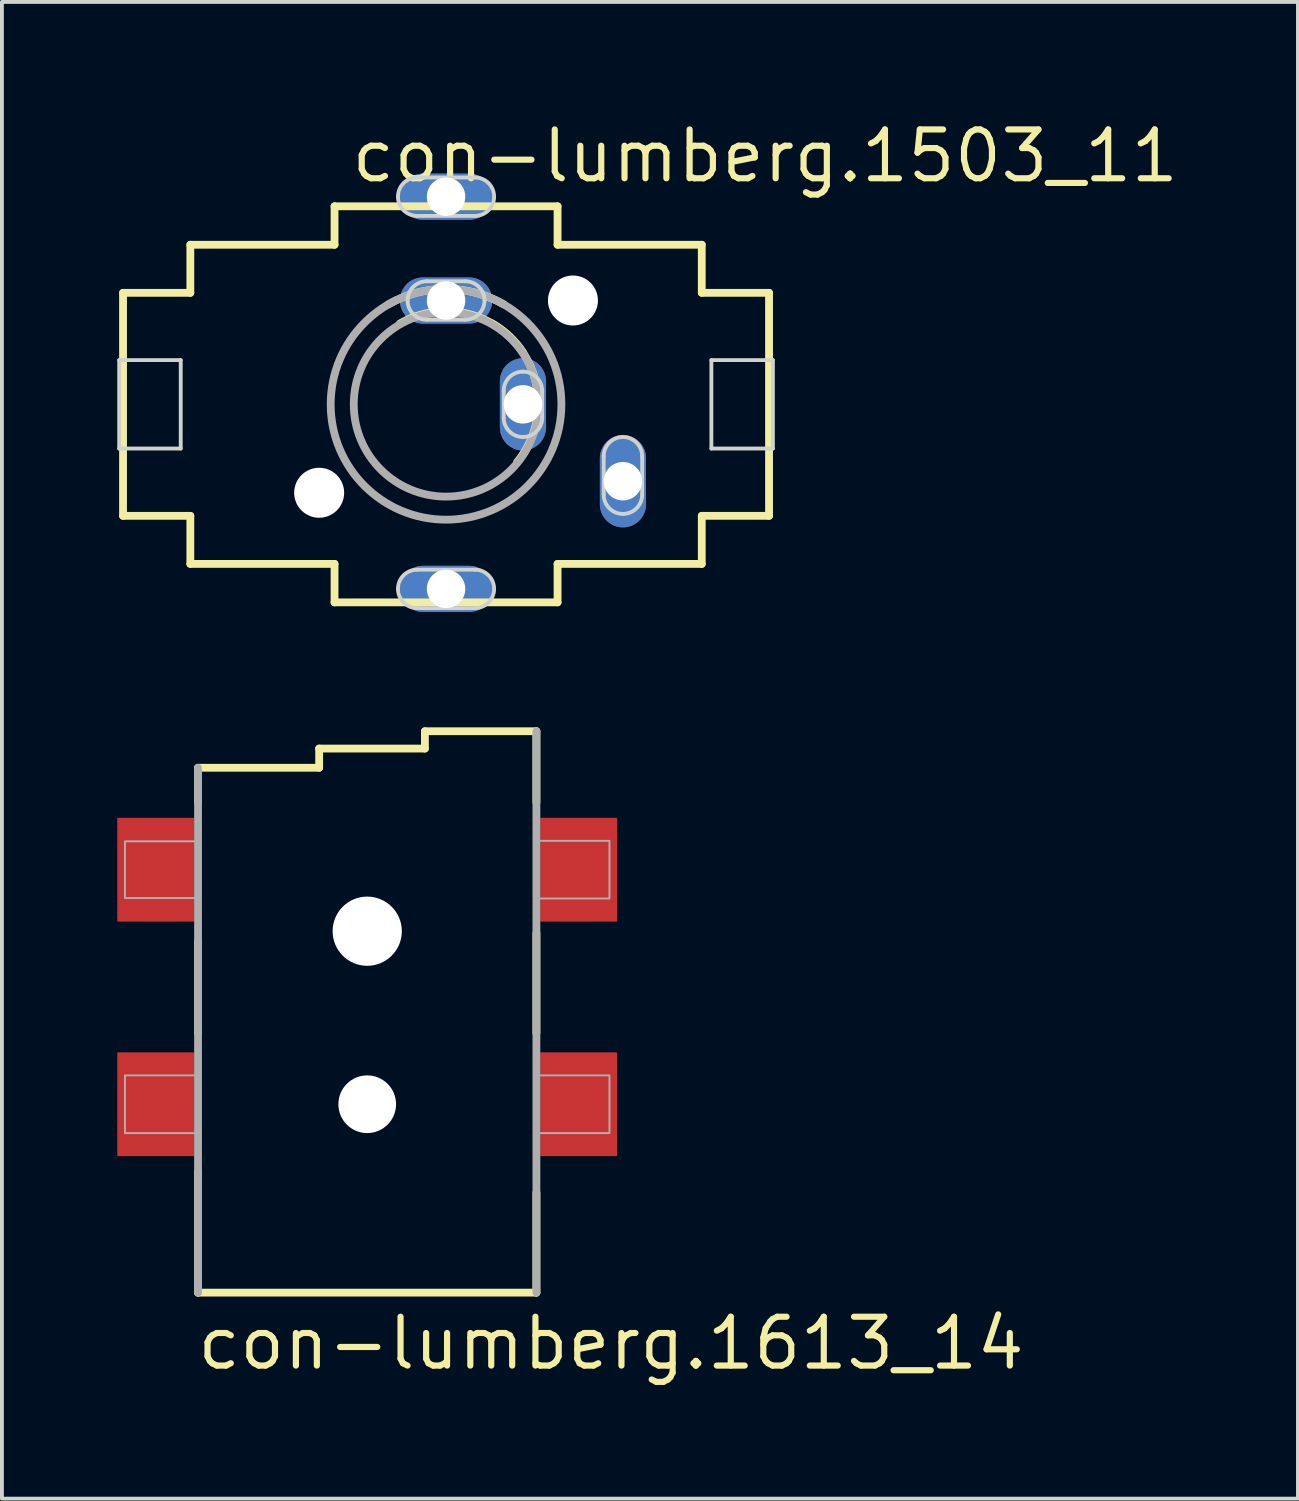
<source format=kicad_pcb>
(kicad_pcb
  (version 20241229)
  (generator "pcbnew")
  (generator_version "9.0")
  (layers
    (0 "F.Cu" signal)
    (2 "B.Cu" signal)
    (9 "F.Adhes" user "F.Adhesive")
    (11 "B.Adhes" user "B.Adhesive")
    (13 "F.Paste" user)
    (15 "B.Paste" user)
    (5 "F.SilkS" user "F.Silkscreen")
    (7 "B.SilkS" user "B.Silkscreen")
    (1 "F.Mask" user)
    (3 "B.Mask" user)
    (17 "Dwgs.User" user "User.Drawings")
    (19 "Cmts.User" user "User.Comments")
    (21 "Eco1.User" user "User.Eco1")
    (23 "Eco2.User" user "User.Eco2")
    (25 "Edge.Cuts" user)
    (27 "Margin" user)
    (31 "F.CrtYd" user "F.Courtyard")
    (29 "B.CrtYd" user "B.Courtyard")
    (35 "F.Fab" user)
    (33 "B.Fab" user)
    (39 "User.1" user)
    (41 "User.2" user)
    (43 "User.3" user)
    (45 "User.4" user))
  (footprint "con-lumberg.1613_14"
    (layer "F.Cu")
    (at 6.5 30.667)
    (property "Reference" "con-lumberg.1613_14" (at -4.5 1.96 0) (layer "F.SilkS") (effects (font (size 1.27 1.27) (thickness 0.16)) (justify left bottom)))
    (attr smd)
    (fp_line (start -4.4 -13.75) (end -4.4 -12.85) (stroke (width 0.203) (type default)) (layer "F.SilkS"))
    (fp_line (start -4.4 -9.25) (end -4.4 -6.85) (stroke (width 0.203) (type default)) (layer "F.SilkS"))
    (fp_line (start -4.4 -3.25) (end -4.4 -0.1) (stroke (width 0.203) (type default)) (layer "F.SilkS"))
    (fp_line (start -4.4 -0.1) (end 4.4 -0.1) (stroke (width 0.203) (type default)) (layer "F.SilkS"))
    (fp_line (start -1.25 -14.25) (end -1.25 -13.75) (stroke (width 0.203) (type default)) (layer "F.SilkS"))
    (fp_line (start -1.25 -13.75) (end -4.4 -13.75) (stroke (width 0.203) (type default)) (layer "F.SilkS"))
    (fp_line (start 1.5 -14.7) (end 1.5 -14.25) (stroke (width 0.203) (type default)) (layer "F.SilkS"))
    (fp_line (start 1.5 -14.25) (end -1.25 -14.25) (stroke (width 0.203) (type default)) (layer "F.SilkS"))
    (fp_line (start 4.4 -14.7) (end 1.5 -14.7) (stroke (width 0.203) (type default)) (layer "F.SilkS"))
    (fp_line (start 4.4 -12.85) (end 4.4 -14.7) (stroke (width 0.203) (type default)) (layer "F.SilkS"))
    (fp_line (start 4.4 -6.85) (end 4.4 -9.45) (stroke (width 0.203) (type default)) (layer "F.SilkS"))
    (fp_line (start 4.4 -0.1) (end 4.4 -2.7) (stroke (width 0.203) (type default)) (layer "F.SilkS"))
    (fp_line (start -4.4 -13.75) (end -4.4 -0.1) (stroke (width 0.203) (type default)) (layer "F.Fab"))
    (fp_line (start 4.4 -0.1) (end 4.4 -14.7) (stroke (width 0.203) (type default)) (layer "F.Fab"))
    (fp_rect (start -6.3 -10.363) (end -4.412 -11.838) (stroke (width 0.05) (type default)) (fill no) (layer "F.Fab"))
    (fp_rect (start -6.3 -4.25) (end -4.425 -5.75) (stroke (width 0.05) (type default)) (fill no) (layer "F.Fab"))
    (fp_rect (start 4.412 -10.35) (end 6.3 -11.85) (stroke (width 0.05) (type default)) (fill no) (layer "F.Fab"))
    (fp_rect (start 4.463 -4.25) (end 6.3 -5.75) (stroke (width 0.05) (type default)) (fill no) (layer "F.Fab"))
    (pad "" np_thru_hole circle (at 0 -9.5) (size 1.8 1.8) (drill 1.8) (layers "*.Cu" "*.Mask"))
    (pad "" np_thru_hole circle (at 0 -5) (size 1.5 1.5) (drill 1.5) (layers "*.Cu" "*.Mask"))
    (pad "1" smd roundrect (at 5.5 -5) (size 2 2.7) (layers "F.Cu" "F.Mask" "F.Paste") (roundrect_rratio 0.01))
    (pad "2" smd roundrect (at 5.5 -11.1) (size 2 2.7) (layers "F.Cu" "F.Mask" "F.Paste") (roundrect_rratio 0.01))
    (pad "3@1" smd roundrect (at -5.5 -11.1) (size 2 2.7) (layers "F.Cu" "F.Mask" "F.Paste") (roundrect_rratio 0.01))
    (pad "3@2" smd roundrect (at -5.5 -5) (size 2 2.7) (layers "F.Cu" "F.Mask" "F.Paste") (roundrect_rratio 0.01)))
  (footprint "con-lumberg.1503_11"
    (layer "F.Cu")
    (at 8.55 7.465)
    (property "Reference" "con-lumberg.1503_11" (at -2.54 -5.715 0) (layer "F.SilkS") (effects (font (size 1.27 1.27) (thickness 0.16)) (justify left bottom)))
    (attr through_hole)
    (fp_line (start -8.4 -2.9) (end -6.65 -2.9) (stroke (width 0.203) (type default)) (layer "F.SilkS"))
    (fp_line (start -8.4 2.9) (end -8.4 -2.9) (stroke (width 0.203) (type default)) (layer "F.SilkS"))
    (fp_line (start -6.65 -4.15) (end -2.9 -4.15) (stroke (width 0.203) (type default)) (layer "F.SilkS"))
    (fp_line (start -6.65 -2.9) (end -6.65 -4.15) (stroke (width 0.203) (type default)) (layer "F.SilkS"))
    (fp_line (start -6.65 2.9) (end -8.4 2.9) (stroke (width 0.203) (type default)) (layer "F.SilkS"))
    (fp_line (start -6.65 4.15) (end -6.65 2.9) (stroke (width 0.203) (type default)) (layer "F.SilkS"))
    (fp_line (start -2.9 -5.15) (end 2.9 -5.15) (stroke (width 0.203) (type default)) (layer "F.SilkS"))
    (fp_line (start -2.9 -4.15) (end -2.9 -5.15) (stroke (width 0.203) (type default)) (layer "F.SilkS"))
    (fp_line (start -2.9 4.15) (end -6.65 4.15) (stroke (width 0.203) (type default)) (layer "F.SilkS"))
    (fp_line (start -2.9 5.15) (end -2.9 4.15) (stroke (width 0.203) (type default)) (layer "F.SilkS"))
    (fp_line (start 2.9 -5.15) (end 2.9 -4.15) (stroke (width 0.203) (type default)) (layer "F.SilkS"))
    (fp_line (start 2.9 -4.15) (end 6.65 -4.15) (stroke (width 0.203) (type default)) (layer "F.SilkS"))
    (fp_line (start 2.9 4.15) (end 2.9 5.15) (stroke (width 0.203) (type default)) (layer "F.SilkS"))
    (fp_line (start 2.9 5.15) (end -2.9 5.15) (stroke (width 0.203) (type default)) (layer "F.SilkS"))
    (fp_line (start 6.65 -4.15) (end 6.65 -2.9) (stroke (width 0.203) (type default)) (layer "F.SilkS"))
    (fp_line (start 6.65 -2.9) (end 8.4 -2.9) (stroke (width 0.203) (type default)) (layer "F.SilkS"))
    (fp_line (start 6.65 2.9) (end 6.65 4.15) (stroke (width 0.203) (type default)) (layer "F.SilkS"))
    (fp_line (start 6.65 4.15) (end 2.9 4.15) (stroke (width 0.203) (type default)) (layer "F.SilkS"))
    (fp_line (start 8.4 -2.9) (end 8.4 2.9) (stroke (width 0.203) (type default)) (layer "F.SilkS"))
    (fp_line (start 8.4 2.9) (end 6.65 2.9) (stroke (width 0.203) (type default)) (layer "F.SilkS"))
    (fp_arc (start -1.5 -2.6) (mid 0 -3.001666) (end 1.5 -2.6) (stroke (width 0.2032) (type default)) (layer "F.SilkS"))
    (fp_arc (start -1.2 -2.1) (mid 1.829105 -1.574311) (end 1.85 1.5) (stroke (width 0.2032) (type default)) (layer "F.SilkS"))
    (fp_arc (start 1.2 -2.1) (mid 1.643523 -1.771425) (end 2 -1.35) (stroke (width 0.2032) (type default)) (layer "F.SilkS"))
    (fp_line (start -8.5 -1.15) (end -8.5 1.15) (stroke (width 0.1) (type default)) (layer "Edge.Cuts"))
    (fp_line (start -8.5 -1.15) (end -6.9 -1.15) (stroke (width 0.1) (type default)) (layer "Edge.Cuts"))
    (fp_line (start -8.5 1.15) (end -6.9 1.15) (stroke (width 0.1) (type default)) (layer "Edge.Cuts"))
    (fp_line (start -6.9 -1.15) (end -6.9 1.15) (stroke (width 0.1) (type default)) (layer "Edge.Cuts"))
    (fp_line (start -0.75 -4.9) (end 0.75 -4.9) (stroke (width 0.1) (type default)) (layer "Edge.Cuts"))
    (fp_line (start -0.75 4.3) (end 0.75 4.3) (stroke (width 0.1) (type default)) (layer "Edge.Cuts"))
    (fp_line (start -0.5 -2.2) (end 0.5 -2.2) (stroke (width 0.1) (type default)) (layer "Edge.Cuts"))
    (fp_line (start 0.5 -3.2) (end -0.5 -3.2) (stroke (width 0.1) (type default)) (layer "Edge.Cuts"))
    (fp_line (start 0.75 -5.9) (end -0.75 -5.9) (stroke (width 0.1) (type default)) (layer "Edge.Cuts"))
    (fp_line (start 0.75 5.3) (end -0.75 5.3) (stroke (width 0.1) (type default)) (layer "Edge.Cuts"))
    (fp_line (start 1.5 -0.35) (end 1.5 0.35) (stroke (width 0.1) (type default)) (layer "Edge.Cuts"))
    (fp_line (start 2.5 0.35) (end 2.5 -0.35) (stroke (width 0.1) (type default)) (layer "Edge.Cuts"))
    (fp_line (start 4.1 1.35) (end 4.1 2.35) (stroke (width 0.1) (type default)) (layer "Edge.Cuts"))
    (fp_line (start 5.1 2.35) (end 5.1 1.35) (stroke (width 0.1) (type default)) (layer "Edge.Cuts"))
    (fp_line (start 6.9 -1.15) (end 8.5 -1.15) (stroke (width 0.1) (type default)) (layer "Edge.Cuts"))
    (fp_line (start 6.9 1.15) (end 6.9 -1.15) (stroke (width 0.1) (type default)) (layer "Edge.Cuts"))
    (fp_line (start 6.9 1.15) (end 8.5 1.15) (stroke (width 0.1) (type default)) (layer "Edge.Cuts"))
    (fp_line (start 8.5 1.15) (end 8.5 -1.15) (stroke (width 0.1) (type default)) (layer "Edge.Cuts"))
    (fp_arc (start -1.25 -5.4) (mid -1.103553 -5.753553) (end -0.75 -5.9) (stroke (width 0.1) (type default)) (layer "Edge.Cuts"))
    (fp_arc (start -1.25 4.8) (mid -1.103553 4.446447) (end -0.75 4.3) (stroke (width 0.1) (type default)) (layer "Edge.Cuts"))
    (fp_arc (start -1 -2.7) (mid -0.853553 -3.053553) (end -0.5 -3.2) (stroke (width 0.1) (type default)) (layer "Edge.Cuts"))
    (fp_arc (start -0.75 -4.9) (mid -1.103553 -5.046447) (end -1.25 -5.4) (stroke (width 0.1) (type default)) (layer "Edge.Cuts"))
    (fp_arc (start -0.75 5.3) (mid -1.103553 5.153553) (end -1.25 4.8) (stroke (width 0.1) (type default)) (layer "Edge.Cuts"))
    (fp_arc (start -0.5 -2.2) (mid -0.853553 -2.346447) (end -1 -2.7) (stroke (width 0.1) (type default)) (layer "Edge.Cuts"))
    (fp_arc (start 0.5 -3.2) (mid 0.853553 -3.053553) (end 1 -2.7) (stroke (width 0.1) (type default)) (layer "Edge.Cuts"))
    (fp_arc (start 0.75 -5.9) (mid 1.103553 -5.753553) (end 1.25 -5.4) (stroke (width 0.1) (type default)) (layer "Edge.Cuts"))
    (fp_arc (start 0.75 4.3) (mid 1.103553 4.446447) (end 1.25 4.8) (stroke (width 0.1) (type default)) (layer "Edge.Cuts"))
    (fp_arc (start 1 -2.7) (mid 0.853553 -2.346447) (end 0.5 -2.2) (stroke (width 0.1) (type default)) (layer "Edge.Cuts"))
    (fp_arc (start 1.25 -5.4) (mid 1.103553 -5.046447) (end 0.75 -4.9) (stroke (width 0.1) (type default)) (layer "Edge.Cuts"))
    (fp_arc (start 1.25 4.8) (mid 1.103553 5.153553) (end 0.75 5.3) (stroke (width 0.1) (type default)) (layer "Edge.Cuts"))
    (fp_arc (start 1.5 -0.35) (mid 1.646447 -0.703553) (end 2 -0.85) (stroke (width 0.1) (type default)) (layer "Edge.Cuts"))
    (fp_arc (start 2 -0.85) (mid 2.353553 -0.703553) (end 2.5 -0.35) (stroke (width 0.1) (type default)) (layer "Edge.Cuts"))
    (fp_arc (start 2 0.85) (mid 1.646447 0.703553) (end 1.5 0.35) (stroke (width 0.1) (type default)) (layer "Edge.Cuts"))
    (fp_arc (start 2.5 0.35) (mid 2.353553 0.703553) (end 2 0.85) (stroke (width 0.1) (type default)) (layer "Edge.Cuts"))
    (fp_arc (start 4.1 1.35) (mid 4.246447 0.996447) (end 4.6 0.85) (stroke (width 0.1) (type default)) (layer "Edge.Cuts"))
    (fp_arc (start 4.6 0.85) (mid 4.953553 0.996447) (end 5.1 1.35) (stroke (width 0.1) (type default)) (layer "Edge.Cuts"))
    (fp_arc (start 4.6 2.85) (mid 4.246447 2.703553) (end 4.1 2.35) (stroke (width 0.1) (type default)) (layer "Edge.Cuts"))
    (fp_arc (start 5.1 2.35) (mid 4.953553 2.703553) (end 4.6 2.85) (stroke (width 0.1) (type default)) (layer "Edge.Cuts"))
    (fp_circle (center 0 0) (end 2.4 0) (stroke (width 0.203) (type default)) (fill no) (layer "F.Fab"))
    (fp_circle (center 0 0) (end 3 0) (stroke (width 0.203) (type default)) (fill no) (layer "F.Fab"))
    (pad "" np_thru_hole circle (at -3.3 2.3) (size 1.3 1.3) (drill 1.3) (layers "*.Cu" "*.Mask"))
    (pad "" np_thru_hole circle (at 3.3 -2.7) (size 1.3 1.3) (drill 1.3) (layers "*.Cu" "*.Mask"))
    (pad "1" thru_hole oval (at 0 -5.4) (size 2.4 1.2) (drill 1) (layers "*.Cu" "*.Mask"))
    (pad "2" thru_hole oval (at 0 -2.7) (size 2.4 1.2) (drill 1) (layers "*.Cu" "*.Mask"))
    (pad "3" thru_hole oval (at 0 4.8) (size 2.4 1.2) (drill 1) (layers "*.Cu" "*.Mask"))
    (pad "4" thru_hole oval (at 2 0 90) (size 2.4 1.2) (drill 1) (layers "*.Cu" "*.Mask"))
    (pad "5" thru_hole oval (at 4.6 2 90) (size 2.4 1.2) (drill 1) (layers "*.Cu" "*.Mask")))
  (gr_rect
    (start -3 -3)
    (end 30.705 35.924)
    (stroke (width 0.1) (type default))
    (fill no)
    (layer "Edge.Cuts")))
</source>
